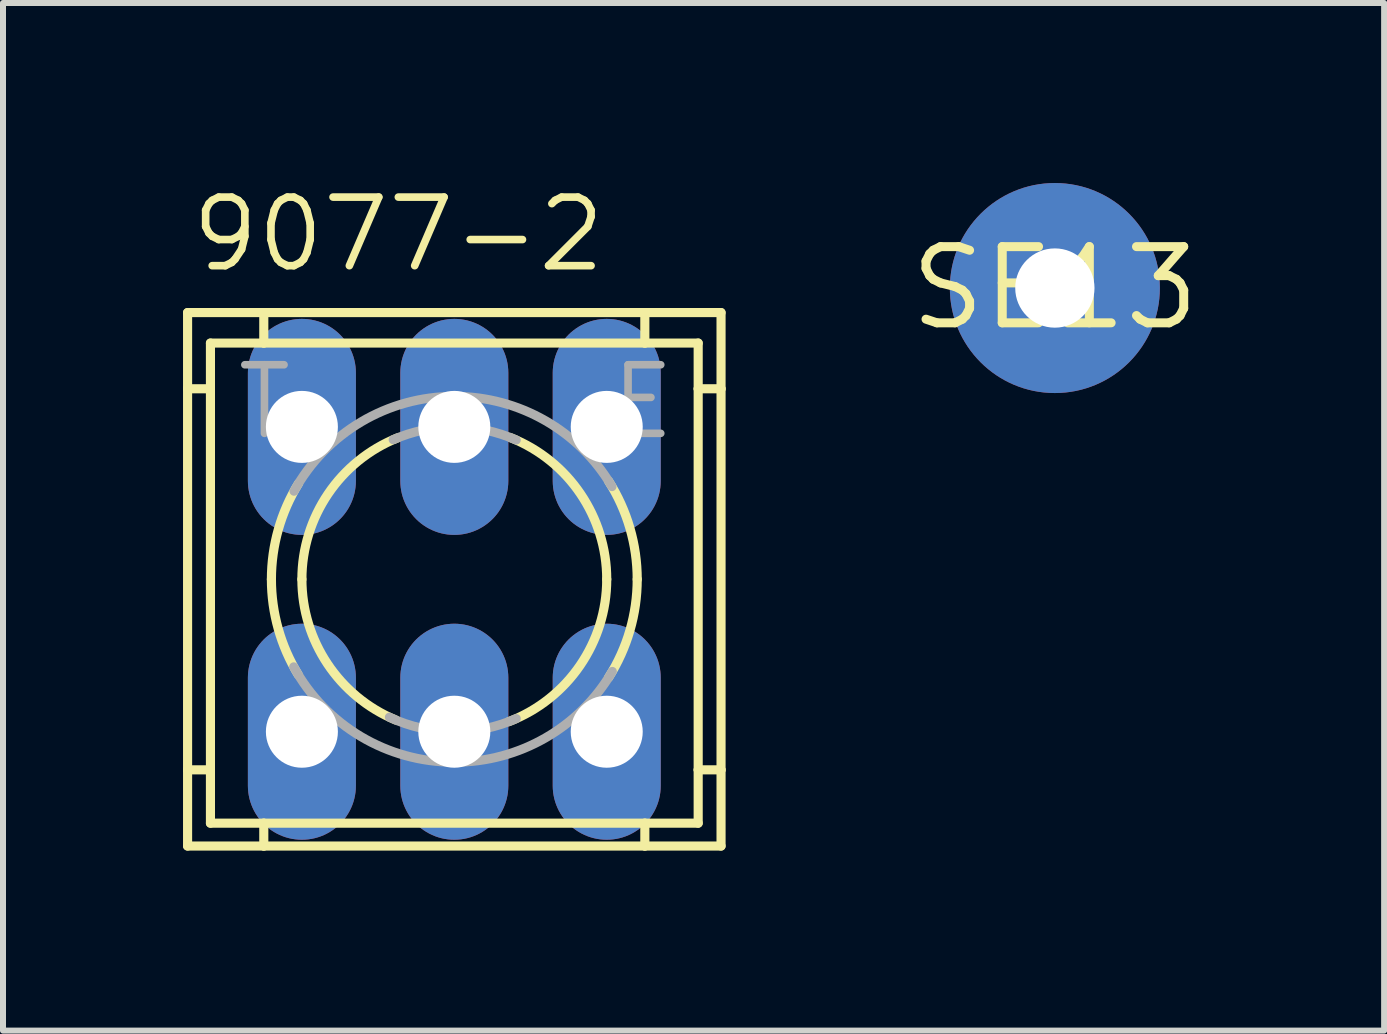
<source format=kicad_pcb>
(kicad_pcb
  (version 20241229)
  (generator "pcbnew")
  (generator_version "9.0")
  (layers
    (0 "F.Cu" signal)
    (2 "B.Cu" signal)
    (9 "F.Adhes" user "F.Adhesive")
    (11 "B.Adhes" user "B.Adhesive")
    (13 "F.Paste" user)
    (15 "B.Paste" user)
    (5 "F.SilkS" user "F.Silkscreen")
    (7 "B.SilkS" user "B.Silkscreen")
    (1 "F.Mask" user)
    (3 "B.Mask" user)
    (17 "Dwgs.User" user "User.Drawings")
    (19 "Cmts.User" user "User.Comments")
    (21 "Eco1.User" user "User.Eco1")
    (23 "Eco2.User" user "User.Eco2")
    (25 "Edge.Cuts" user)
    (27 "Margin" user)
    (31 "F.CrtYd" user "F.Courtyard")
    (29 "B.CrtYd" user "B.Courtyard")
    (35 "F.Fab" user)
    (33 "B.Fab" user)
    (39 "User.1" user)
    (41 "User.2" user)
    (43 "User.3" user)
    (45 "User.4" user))
  (footprint "SE13"
    (layer "F.Cu")
    (at 14.529 1.75)
    (property "Reference" "SE13" (at 0 0 0) (layer "F.SilkS") (effects (font (size 1.27 1.27) (thickness 0.15))))
    (fp_circle (center 0 0) (end 0.381 0) (stroke (width 0.254) (type solid)) (fill no) (layer "F.Fab"))
    (pad "MP" thru_hole circle (at 0 0) (size 3.5 3.5) (drill 1.321) (layers "*.Cu" "*.Mask")))
  (footprint "9077-2"
    (layer "F.Cu")
    (at 4.521 6.604)
    (property "Reference" "9077-2" (at -4.445 -5.08 0) (layer "F.SilkS") (effects (font (size 1.143 1.143) (thickness 0.127)) (justify left bottom)))
    (fp_line (start -4.445 -4.445) (end -4.445 -3.175) (stroke (width 0.152) (type solid)) (layer "F.SilkS"))
    (fp_line (start -4.445 -4.445) (end -3.175 -4.445) (stroke (width 0.152) (type solid)) (layer "F.SilkS"))
    (fp_line (start -4.445 -3.175) (end -4.445 3.175) (stroke (width 0.152) (type solid)) (layer "F.SilkS"))
    (fp_line (start -4.445 -3.175) (end -4.064 -3.175) (stroke (width 0.152) (type solid)) (layer "F.SilkS"))
    (fp_line (start -4.445 3.175) (end -4.445 4.445) (stroke (width 0.152) (type solid)) (layer "F.SilkS"))
    (fp_line (start -4.445 3.175) (end -4.064 3.175) (stroke (width 0.152) (type solid)) (layer "F.SilkS"))
    (fp_line (start -4.064 -3.937) (end -4.064 -3.175) (stroke (width 0.152) (type solid)) (layer "F.SilkS"))
    (fp_line (start -4.064 -3.937) (end -3.175 -3.937) (stroke (width 0.152) (type solid)) (layer "F.SilkS"))
    (fp_line (start -4.064 -3.175) (end -4.064 3.175) (stroke (width 0.152) (type solid)) (layer "F.SilkS"))
    (fp_line (start -4.064 3.175) (end -4.064 4.064) (stroke (width 0.152) (type solid)) (layer "F.SilkS"))
    (fp_line (start -3.175 -4.445) (end 3.175 -4.445) (stroke (width 0.152) (type solid)) (layer "F.SilkS"))
    (fp_line (start -3.175 -3.937) (end -3.175 -4.445) (stroke (width 0.152) (type solid)) (layer "F.SilkS"))
    (fp_line (start -3.175 -3.937) (end 3.175 -3.937) (stroke (width 0.152) (type solid)) (layer "F.SilkS"))
    (fp_line (start -3.175 4.064) (end -4.064 4.064) (stroke (width 0.152) (type solid)) (layer "F.SilkS"))
    (fp_line (start -3.175 4.445) (end -4.445 4.445) (stroke (width 0.152) (type solid)) (layer "F.SilkS"))
    (fp_line (start -3.175 4.445) (end -3.175 4.064) (stroke (width 0.152) (type solid)) (layer "F.SilkS"))
    (fp_line (start 3.175 -4.445) (end 4.445 -4.445) (stroke (width 0.152) (type solid)) (layer "F.SilkS"))
    (fp_line (start 3.175 -3.937) (end 3.175 -4.445) (stroke (width 0.152) (type solid)) (layer "F.SilkS"))
    (fp_line (start 3.175 -3.937) (end 4.064 -3.937) (stroke (width 0.152) (type solid)) (layer "F.SilkS"))
    (fp_line (start 3.175 4.064) (end -3.175 4.064) (stroke (width 0.152) (type solid)) (layer "F.SilkS"))
    (fp_line (start 3.175 4.445) (end -3.175 4.445) (stroke (width 0.152) (type solid)) (layer "F.SilkS"))
    (fp_line (start 3.175 4.445) (end 3.175 4.064) (stroke (width 0.152) (type solid)) (layer "F.SilkS"))
    (fp_line (start 4.064 -3.175) (end 4.064 -3.937) (stroke (width 0.152) (type solid)) (layer "F.SilkS"))
    (fp_line (start 4.064 -3.175) (end 4.445 -3.175) (stroke (width 0.152) (type solid)) (layer "F.SilkS"))
    (fp_line (start 4.064 3.175) (end 4.064 -3.175) (stroke (width 0.152) (type solid)) (layer "F.SilkS"))
    (fp_line (start 4.064 3.175) (end 4.445 3.175) (stroke (width 0.152) (type solid)) (layer "F.SilkS"))
    (fp_line (start 4.064 4.064) (end 3.175 4.064) (stroke (width 0.152) (type solid)) (layer "F.SilkS"))
    (fp_line (start 4.064 4.064) (end 4.064 3.175) (stroke (width 0.152) (type solid)) (layer "F.SilkS"))
    (fp_line (start 4.445 -3.175) (end 4.445 -4.445) (stroke (width 0.152) (type solid)) (layer "F.SilkS"))
    (fp_line (start 4.445 3.175) (end 4.445 -3.175) (stroke (width 0.152) (type solid)) (layer "F.SilkS"))
    (fp_line (start 4.445 4.445) (end 3.175 4.445) (stroke (width 0.152) (type solid)) (layer "F.SilkS"))
    (fp_line (start 4.445 4.445) (end 4.445 3.175) (stroke (width 0.152) (type solid)) (layer "F.SilkS"))
    (fp_arc (start -3.048 0) (mid -2.932801 -0.830073) (end -2.5959 -1.5974) (stroke (width 0.1524) (type solid)) (layer "F.SilkS"))
    (fp_arc (start -2.6008 1.5894) (mid -2.934073 0.825558) (end -3.048 0) (stroke (width 0.1524) (type solid)) (layer "F.SilkS"))
    (fp_arc (start -2.54 0) (mid -2.103269 -1.423986) (end -0.943301 -2.3583) (stroke (width 0.1524) (type solid)) (layer "F.SilkS"))
    (fp_arc (start -0.9769 2.3446) (mid -2.113394 1.408934) (end -2.54 0) (stroke (width 0.1524) (type solid)) (layer "F.SilkS"))
    (fp_arc (start 0.9433 -2.3583) (mid 2.10331 -1.423995) (end 2.5401 0) (stroke (width 0.1524) (type solid)) (layer "F.SilkS"))
    (fp_arc (start 2.54 0) (mid 2.093749 1.437989) (end 0.9118 2.3707) (stroke (width 0.1524) (type solid)) (layer "F.SilkS"))
    (fp_arc (start 2.5715 -1.6364) (mid 2.926456 -0.852183) (end 3.048 0) (stroke (width 0.1524) (type solid)) (layer "F.SilkS"))
    (fp_arc (start 3.048 0) (mid 2.926456 0.852183) (end 2.5715 1.6364) (stroke (width 0.1524) (type solid)) (layer "F.SilkS"))
    (fp_arc (start -2.6707 -1.4689) (mid -1.551306 -2.623691) (end 0 -3.048) (stroke (width 0.1524) (type solid)) (layer "F.Fab"))
    (fp_arc (start -1.0181 -2.327) (mid -0.52007 -2.486173) (end 0 -2.54) (stroke (width 0.1524) (type solid)) (layer "F.Fab"))
    (fp_arc (start 0 -3.048) (mid 1.513277 -2.645822) (end 2.6272 -1.5454) (stroke (width 0.1524) (type solid)) (layer "F.Fab"))
    (fp_arc (start 0 -2.54) (mid 0.527286 -2.484678) (end 1.0316 -2.3211) (stroke (width 0.1524) (type solid)) (layer "F.Fab"))
    (fp_arc (start 0 2.54) (mid -0.554098 2.478801) (end -1.0815 2.2982) (stroke (width 0.1524) (type solid)) (layer "F.Fab"))
    (fp_arc (start 0 3.048) (mid -1.555888 2.620948) (end -2.6758 1.4595) (stroke (width 0.1524) (type solid)) (layer "F.Fab"))
    (fp_arc (start 1.0316 2.3211) (mid 0.527286 2.484678) (end 0 2.54) (stroke (width 0.1524) (type solid)) (layer "F.Fab"))
    (fp_arc (start 2.6328 1.5358) (mid 1.51809 2.64305) (end 0 3.048) (stroke (width 0.1524) (type solid)) (layer "F.Fab"))
    (fp_text user "E" (at 2.54 -2.286 0) (layer "F.Fab") (effects (font (size 1.143 1.143) (thickness 0.127)) (justify left bottom)))
    (fp_text user "T" (at -3.683 -2.286 0) (layer "F.Fab") (effects (font (size 1.143 1.143) (thickness 0.127)) (justify left bottom)))
    (pad "1" thru_hole oval (at -2.54 -2.54 90) (size 3.6 1.8) (drill 1.2) (layers "*.Cu" "*.Mask"))
    (pad "2" thru_hole oval (at 0 -2.54 90) (size 3.6 1.8) (drill 1.2) (layers "*.Cu" "*.Mask"))
    (pad "3" thru_hole oval (at 2.54 -2.54 90) (size 3.6 1.8) (drill 1.2) (layers "*.Cu" "*.Mask"))
    (pad "4" thru_hole oval (at -2.54 2.54 90) (size 3.6 1.8) (drill 1.2) (layers "*.Cu" "*.Mask"))
    (pad "5" thru_hole oval (at 0 2.54 90) (size 3.6 1.8) (drill 1.2) (layers "*.Cu" "*.Mask"))
    (pad "6" thru_hole oval (at 2.54 2.54 90) (size 3.6 1.8) (drill 1.2) (layers "*.Cu" "*.Mask")))
  (gr_rect
    (start -3 -3)
    (end 20.016 14.125)
    (stroke (width 0.1) (type default))
    (fill no)
    (layer "Edge.Cuts")))
</source>
